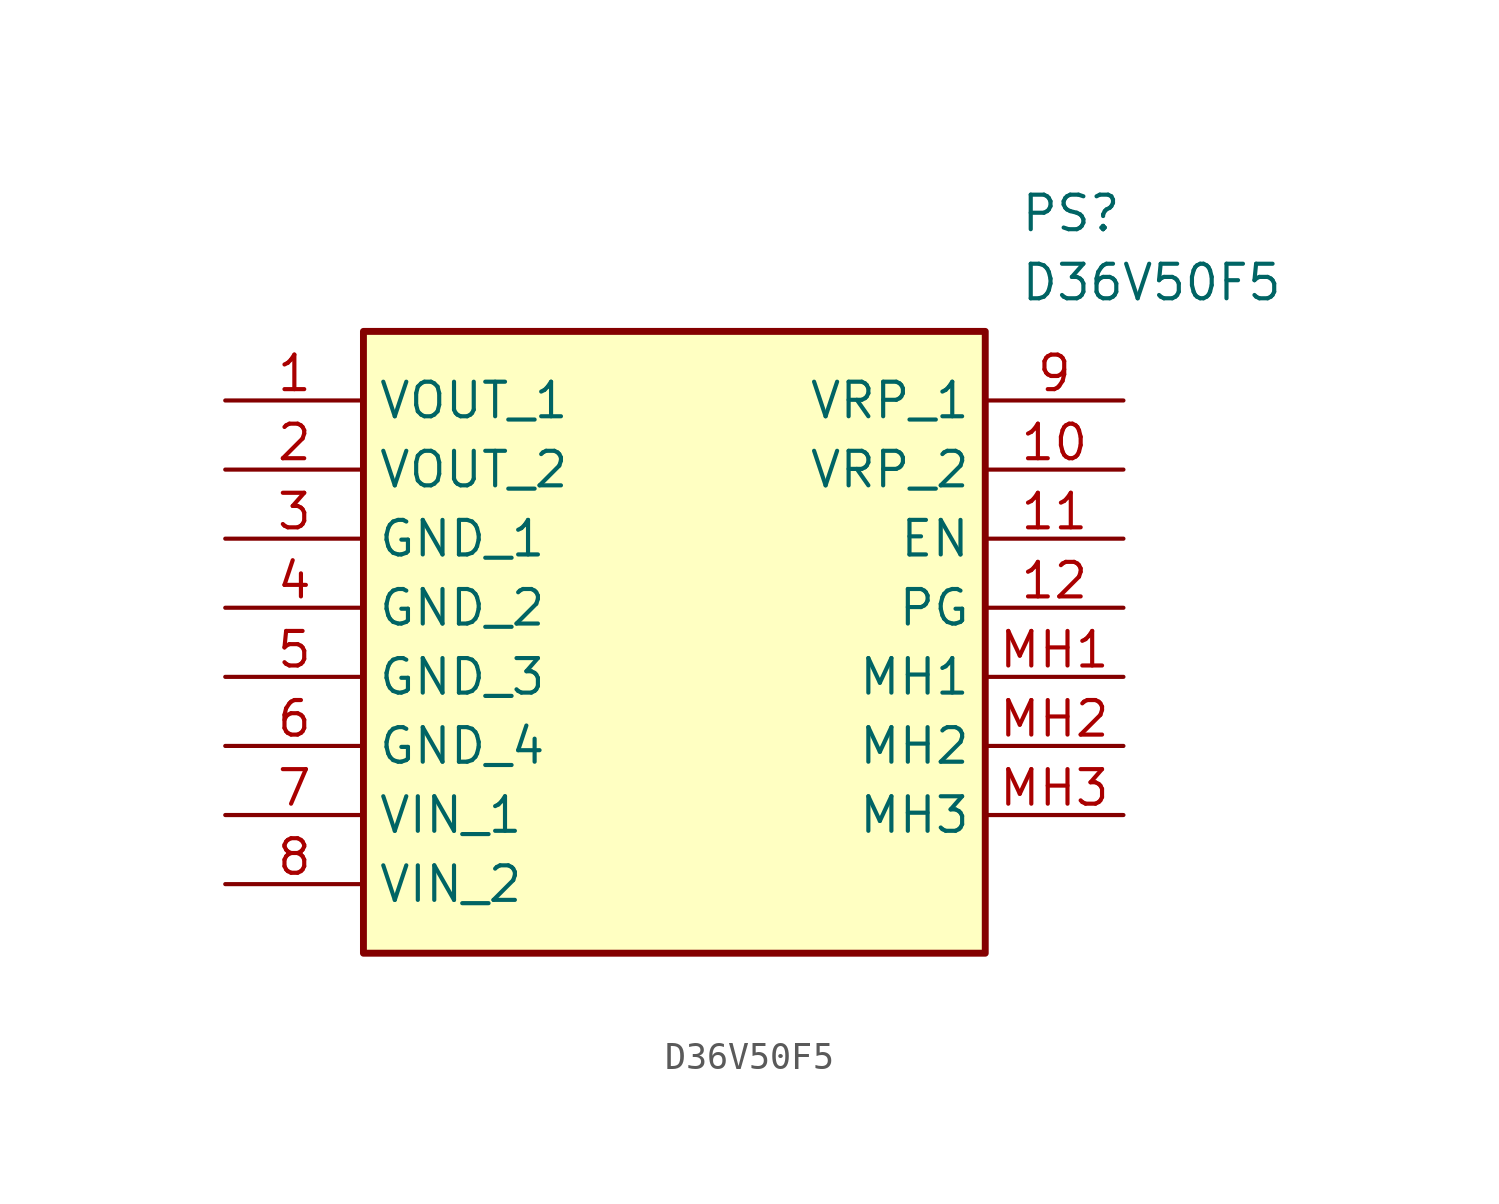
<source format=kicad_sym>
(kicad_symbol_lib
  (version 20211014)
  (generator SamacSys_ECAD_Model)
  (symbol "D36V50F5"
    (property "Reference" "PS"
      (at 29.21 7.62 0)
      (effects (font (size 1.27 1.27)) (justify left top)))
    (property "Value" "D36V50F5"
      (at 29.21 5.08 0)
      (effects (font (size 1.27 1.27)) (justify left top)))
    (rectangle
      (start 5.08 2.54)
      (end 27.94 -20.32)
      (stroke (width 0.254) (type default))
      (fill (type background)))
    (pin passive line
      (at 0 0 0)
      (length 5.08)
      (name "VOUT_1" (effects (font (size 1.27 1.27))))
      (number "1" (effects (font (size 1.27 1.27)))))
    (pin passive line
      (at 0 -2.54 0)
      (length 5.08)
      (name "VOUT_2" (effects (font (size 1.27 1.27))))
      (number "2" (effects (font (size 1.27 1.27)))))
    (pin passive line
      (at 0 -5.08 0)
      (length 5.08)
      (name "GND_1" (effects (font (size 1.27 1.27))))
      (number "3" (effects (font (size 1.27 1.27)))))
    (pin passive line
      (at 0 -7.62 0)
      (length 5.08)
      (name "GND_2" (effects (font (size 1.27 1.27))))
      (number "4" (effects (font (size 1.27 1.27)))))
    (pin passive line
      (at 0 -10.16 0)
      (length 5.08)
      (name "GND_3" (effects (font (size 1.27 1.27))))
      (number "5" (effects (font (size 1.27 1.27)))))
    (pin passive line
      (at 0 -12.7 0)
      (length 5.08)
      (name "GND_4" (effects (font (size 1.27 1.27))))
      (number "6" (effects (font (size 1.27 1.27)))))
    (pin passive line
      (at 0 -15.24 0)
      (length 5.08)
      (name "VIN_1" (effects (font (size 1.27 1.27))))
      (number "7" (effects (font (size 1.27 1.27)))))
    (pin passive line
      (at 0 -17.78 0)
      (length 5.08)
      (name "VIN_2" (effects (font (size 1.27 1.27))))
      (number "8" (effects (font (size 1.27 1.27)))))
    (pin passive line
      (at 33.02 0 180)
      (length 5.08)
      (name "VRP_1" (effects (font (size 1.27 1.27))))
      (number "9" (effects (font (size 1.27 1.27)))))
    (pin passive line
      (at 33.02 -2.54 180)
      (length 5.08)
      (name "VRP_2" (effects (font (size 1.27 1.27))))
      (number "10" (effects (font (size 1.27 1.27)))))
    (pin passive line
      (at 33.02 -5.08 180)
      (length 5.08)
      (name "EN" (effects (font (size 1.27 1.27))))
      (number "11" (effects (font (size 1.27 1.27)))))
    (pin passive line
      (at 33.02 -7.62 180)
      (length 5.08)
      (name "PG" (effects (font (size 1.27 1.27))))
      (number "12" (effects (font (size 1.27 1.27)))))
    (pin passive line
      (at 33.02 -10.16 180)
      (length 5.08)
      (name "MH1" (effects (font (size 1.27 1.27))))
      (number "MH1" (effects (font (size 1.27 1.27)))))
    (pin passive line
      (at 33.02 -12.7 180)
      (length 5.08)
      (name "MH2" (effects (font (size 1.27 1.27))))
      (number "MH2" (effects (font (size 1.27 1.27)))))
    (pin passive line
      (at 33.02 -15.24 180)
      (length 5.08)
      (name "MH3" (effects (font (size 1.27 1.27))))
      (number "MH3" (effects (font (size 1.27 1.27)))))))
</source>
